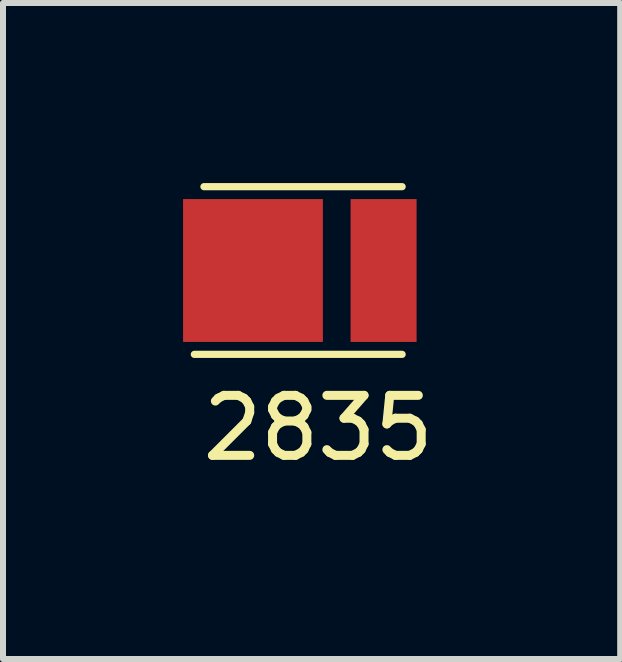
<source format=kicad_pcb>
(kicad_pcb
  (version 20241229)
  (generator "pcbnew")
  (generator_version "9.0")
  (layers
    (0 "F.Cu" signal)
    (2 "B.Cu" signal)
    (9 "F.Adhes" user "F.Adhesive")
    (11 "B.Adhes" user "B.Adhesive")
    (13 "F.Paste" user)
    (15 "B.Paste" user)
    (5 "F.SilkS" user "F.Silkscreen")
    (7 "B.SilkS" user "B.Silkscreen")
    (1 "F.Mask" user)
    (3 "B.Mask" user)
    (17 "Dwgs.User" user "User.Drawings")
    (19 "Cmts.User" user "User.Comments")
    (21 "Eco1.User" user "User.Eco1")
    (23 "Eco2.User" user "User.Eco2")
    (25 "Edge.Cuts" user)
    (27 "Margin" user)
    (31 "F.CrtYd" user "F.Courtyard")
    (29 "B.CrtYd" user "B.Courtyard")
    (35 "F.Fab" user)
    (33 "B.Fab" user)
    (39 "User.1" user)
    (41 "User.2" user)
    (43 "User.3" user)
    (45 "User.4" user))
  (footprint "2835"
    (layer "F.Cu")
    (at 2.253 1.457)
    (property "Reference" "2835" (at 0 2.625 0) (layer "F.SilkS") (effects (font (size 1 1) (thickness 0.15))))
    (attr through_hole)
    (fp_line (start -1.905 -1.397) (end 1.397 -1.397) (stroke (width 0.12) (type solid)) (layer "F.SilkS"))
    (fp_line (start 1.397 1.397) (end -2.065 1.397) (stroke (width 0.12) (type solid)) (layer "F.SilkS"))
    (pad "1" smd rect (at -1.088 0) (size 2.33 2.38) (layers "F.Cu" "F.Mask" "F.Paste"))
    (pad "2" smd rect (at 1.088 0) (size 1.1 2.38) (layers "F.Cu" "F.Mask" "F.Paste")))
  (gr_rect
    (start -3 -3)
    (end 7.283 7.93)
    (stroke (width 0.1) (type default))
    (fill no)
    (layer "Edge.Cuts")))
</source>
